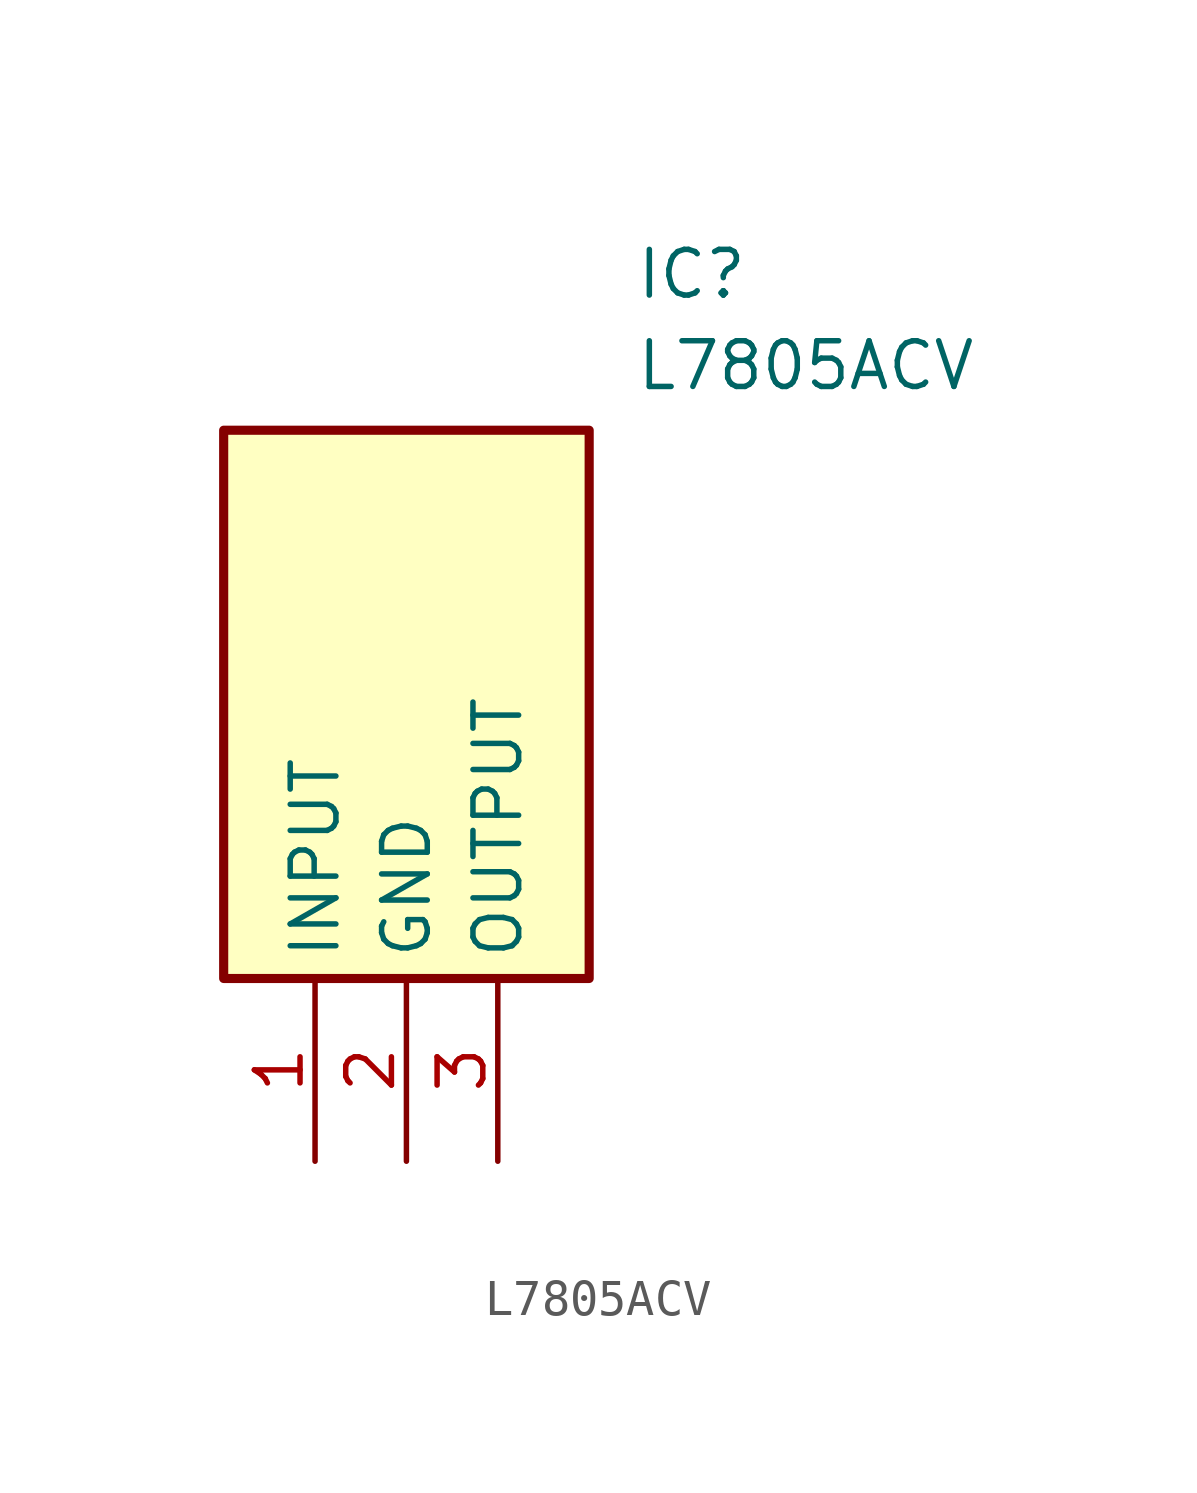
<source format=kicad_sym>
(kicad_symbol_lib
  (version 20211014)
  (generator SamacSys_ECAD_Model)
  (symbol "L7805ACV"
    (property "Reference" "IC"
      (at 8.89 25.4 0)
      (effects (font (size 1.27 1.27)) (justify left top)))
    (property "Value" "L7805ACV"
      (at 8.89 22.86 0)
      (effects (font (size 1.27 1.27)) (justify left top)))
    (rectangle
      (start -2.54 20.32)
      (end 7.62 5.08)
      (stroke (width 0.254) (type default))
      (fill (type background)))
    (pin passive line
      (at 0 0 90)
      (length 5.08)
      (name "INPUT" (effects (font (size 1.27 1.27))))
      (number "1" (effects (font (size 1.27 1.27)))))
    (pin passive line
      (at 2.54 0 90)
      (length 5.08)
      (name "GND" (effects (font (size 1.27 1.27))))
      (number "2" (effects (font (size 1.27 1.27)))))
    (pin passive line
      (at 5.08 0 90)
      (length 5.08)
      (name "OUTPUT" (effects (font (size 1.27 1.27))))
      (number "3" (effects (font (size 1.27 1.27)))))))
</source>
